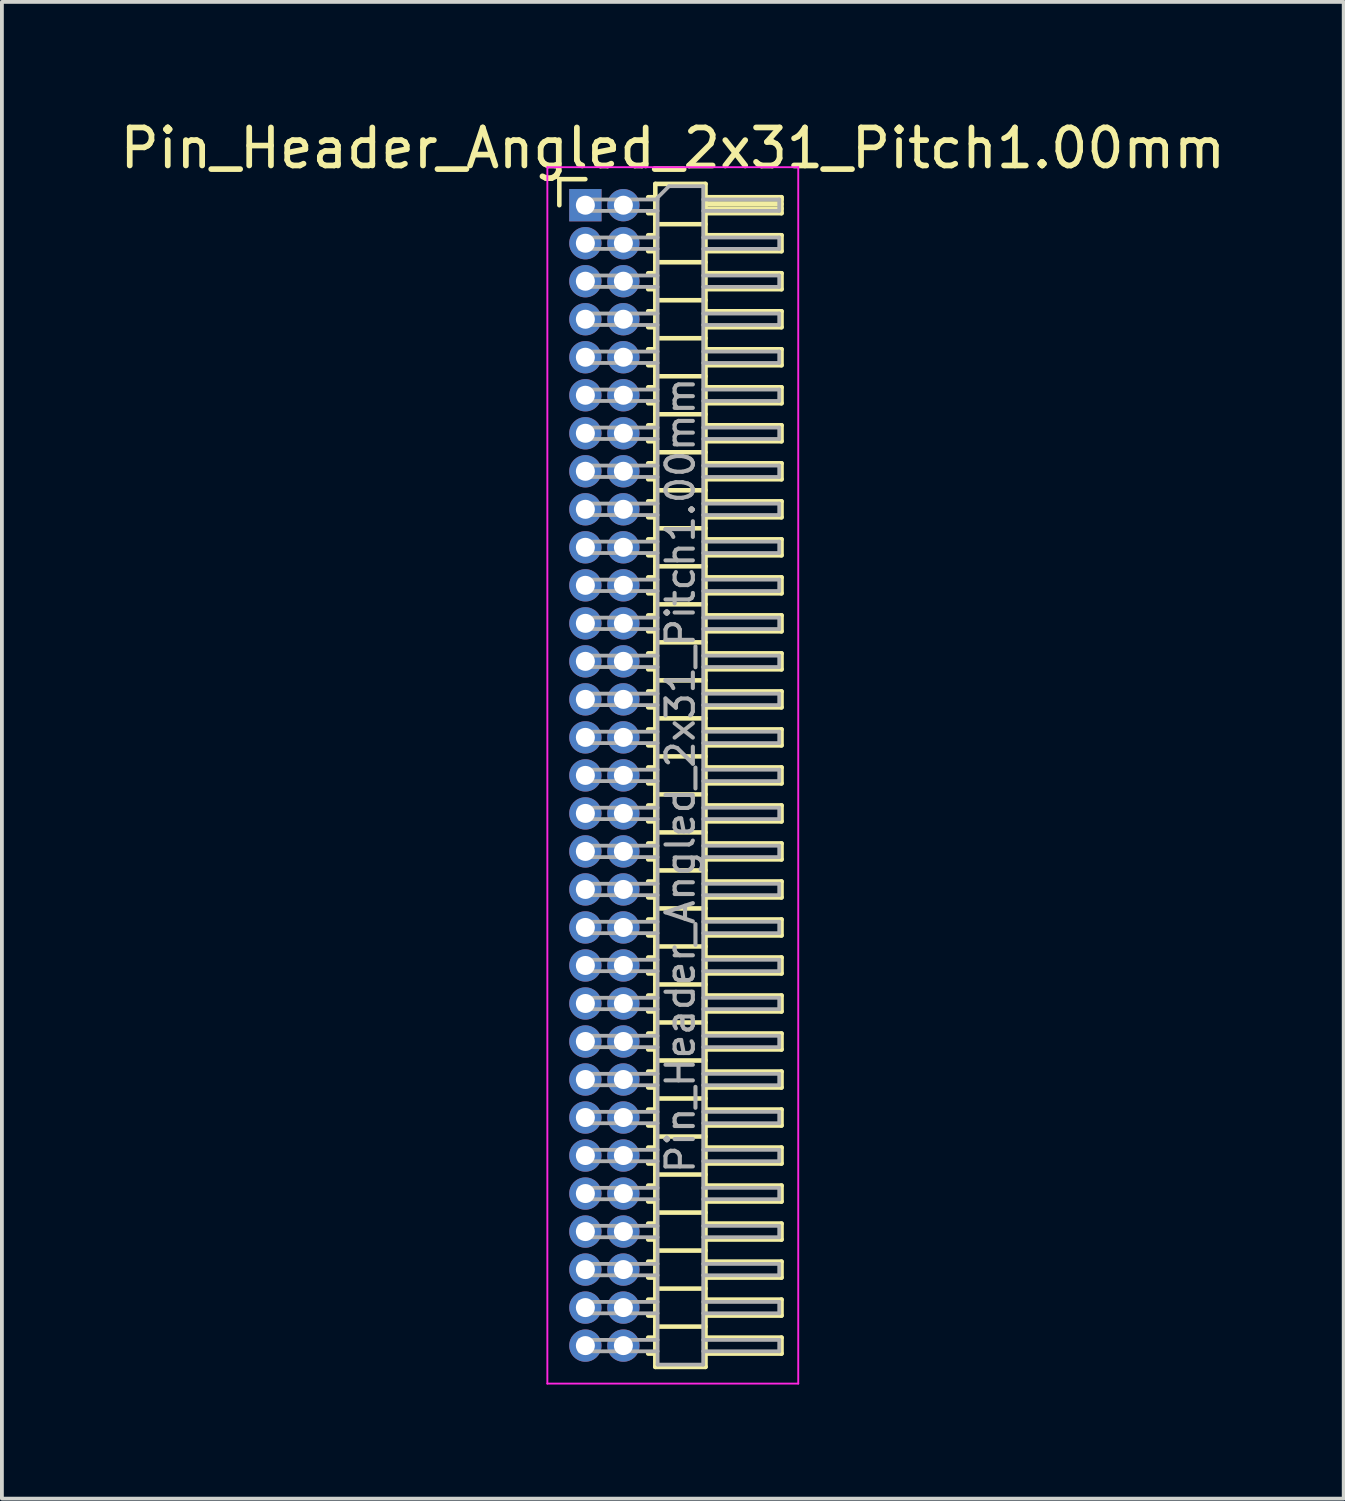
<source format=kicad_pcb>
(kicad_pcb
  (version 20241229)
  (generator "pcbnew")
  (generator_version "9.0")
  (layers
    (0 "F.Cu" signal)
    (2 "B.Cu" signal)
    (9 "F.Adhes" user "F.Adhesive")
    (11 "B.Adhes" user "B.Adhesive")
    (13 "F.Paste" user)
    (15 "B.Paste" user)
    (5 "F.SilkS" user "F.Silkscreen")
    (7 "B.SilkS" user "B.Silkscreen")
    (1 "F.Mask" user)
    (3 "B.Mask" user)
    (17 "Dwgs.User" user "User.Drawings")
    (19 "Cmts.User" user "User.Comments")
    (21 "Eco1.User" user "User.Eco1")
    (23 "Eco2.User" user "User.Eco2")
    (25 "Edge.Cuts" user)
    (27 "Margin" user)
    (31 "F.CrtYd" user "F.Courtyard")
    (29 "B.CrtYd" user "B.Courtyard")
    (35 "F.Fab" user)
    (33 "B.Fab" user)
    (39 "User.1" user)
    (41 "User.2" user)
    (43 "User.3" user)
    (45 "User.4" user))
  (footprint "Pin_Header_Angled_2x31_Pitch1.00mm"
    (layer "F.Cu")
    (at 12.349 2.348)
    (property "Reference" "Pin_Header_Angled_2x31_Pitch1.00mm" (at 2.3 -1.5 0) (layer "F.SilkS") (effects (font (size 1 1) (thickness 0.15))))
    (attr through_hole)
    (fp_line (start -0.685 -0.685) (end 0 -0.685) (stroke (width 0.12) (type solid)) (layer "F.SilkS"))
    (fp_line (start -0.685 0) (end -0.685 -0.685) (stroke (width 0.12) (type solid)) (layer "F.SilkS"))
    (fp_line (start 1.652 -0.21) (end 1.84 -0.21) (stroke (width 0.12) (type solid)) (layer "F.SilkS"))
    (fp_line (start 1.652 0.21) (end 1.84 0.21) (stroke (width 0.12) (type solid)) (layer "F.SilkS"))
    (fp_line (start 1.652 0.79) (end 1.84 0.79) (stroke (width 0.12) (type solid)) (layer "F.SilkS"))
    (fp_line (start 1.652 1.21) (end 1.84 1.21) (stroke (width 0.12) (type solid)) (layer "F.SilkS"))
    (fp_line (start 1.652 1.79) (end 1.84 1.79) (stroke (width 0.12) (type solid)) (layer "F.SilkS"))
    (fp_line (start 1.652 2.21) (end 1.84 2.21) (stroke (width 0.12) (type solid)) (layer "F.SilkS"))
    (fp_line (start 1.652 2.79) (end 1.84 2.79) (stroke (width 0.12) (type solid)) (layer "F.SilkS"))
    (fp_line (start 1.652 3.21) (end 1.84 3.21) (stroke (width 0.12) (type solid)) (layer "F.SilkS"))
    (fp_line (start 1.652 3.79) (end 1.84 3.79) (stroke (width 0.12) (type solid)) (layer "F.SilkS"))
    (fp_line (start 1.652 4.21) (end 1.84 4.21) (stroke (width 0.12) (type solid)) (layer "F.SilkS"))
    (fp_line (start 1.652 4.79) (end 1.84 4.79) (stroke (width 0.12) (type solid)) (layer "F.SilkS"))
    (fp_line (start 1.652 5.21) (end 1.84 5.21) (stroke (width 0.12) (type solid)) (layer "F.SilkS"))
    (fp_line (start 1.652 5.79) (end 1.84 5.79) (stroke (width 0.12) (type solid)) (layer "F.SilkS"))
    (fp_line (start 1.652 6.21) (end 1.84 6.21) (stroke (width 0.12) (type solid)) (layer "F.SilkS"))
    (fp_line (start 1.652 6.79) (end 1.84 6.79) (stroke (width 0.12) (type solid)) (layer "F.SilkS"))
    (fp_line (start 1.652 7.21) (end 1.84 7.21) (stroke (width 0.12) (type solid)) (layer "F.SilkS"))
    (fp_line (start 1.652 7.79) (end 1.84 7.79) (stroke (width 0.12) (type solid)) (layer "F.SilkS"))
    (fp_line (start 1.652 8.21) (end 1.84 8.21) (stroke (width 0.12) (type solid)) (layer "F.SilkS"))
    (fp_line (start 1.652 8.79) (end 1.84 8.79) (stroke (width 0.12) (type solid)) (layer "F.SilkS"))
    (fp_line (start 1.652 9.21) (end 1.84 9.21) (stroke (width 0.12) (type solid)) (layer "F.SilkS"))
    (fp_line (start 1.652 9.79) (end 1.84 9.79) (stroke (width 0.12) (type solid)) (layer "F.SilkS"))
    (fp_line (start 1.652 10.21) (end 1.84 10.21) (stroke (width 0.12) (type solid)) (layer "F.SilkS"))
    (fp_line (start 1.652 10.79) (end 1.84 10.79) (stroke (width 0.12) (type solid)) (layer "F.SilkS"))
    (fp_line (start 1.652 11.21) (end 1.84 11.21) (stroke (width 0.12) (type solid)) (layer "F.SilkS"))
    (fp_line (start 1.652 11.79) (end 1.84 11.79) (stroke (width 0.12) (type solid)) (layer "F.SilkS"))
    (fp_line (start 1.652 12.21) (end 1.84 12.21) (stroke (width 0.12) (type solid)) (layer "F.SilkS"))
    (fp_line (start 1.652 12.79) (end 1.84 12.79) (stroke (width 0.12) (type solid)) (layer "F.SilkS"))
    (fp_line (start 1.652 13.21) (end 1.84 13.21) (stroke (width 0.12) (type solid)) (layer "F.SilkS"))
    (fp_line (start 1.652 13.79) (end 1.84 13.79) (stroke (width 0.12) (type solid)) (layer "F.SilkS"))
    (fp_line (start 1.652 14.21) (end 1.84 14.21) (stroke (width 0.12) (type solid)) (layer "F.SilkS"))
    (fp_line (start 1.652 14.79) (end 1.84 14.79) (stroke (width 0.12) (type solid)) (layer "F.SilkS"))
    (fp_line (start 1.652 15.21) (end 1.84 15.21) (stroke (width 0.12) (type solid)) (layer "F.SilkS"))
    (fp_line (start 1.652 15.79) (end 1.84 15.79) (stroke (width 0.12) (type solid)) (layer "F.SilkS"))
    (fp_line (start 1.652 16.21) (end 1.84 16.21) (stroke (width 0.12) (type solid)) (layer "F.SilkS"))
    (fp_line (start 1.652 16.79) (end 1.84 16.79) (stroke (width 0.12) (type solid)) (layer "F.SilkS"))
    (fp_line (start 1.652 17.21) (end 1.84 17.21) (stroke (width 0.12) (type solid)) (layer "F.SilkS"))
    (fp_line (start 1.652 17.79) (end 1.84 17.79) (stroke (width 0.12) (type solid)) (layer "F.SilkS"))
    (fp_line (start 1.652 18.21) (end 1.84 18.21) (stroke (width 0.12) (type solid)) (layer "F.SilkS"))
    (fp_line (start 1.652 18.79) (end 1.84 18.79) (stroke (width 0.12) (type solid)) (layer "F.SilkS"))
    (fp_line (start 1.652 19.21) (end 1.84 19.21) (stroke (width 0.12) (type solid)) (layer "F.SilkS"))
    (fp_line (start 1.652 19.79) (end 1.84 19.79) (stroke (width 0.12) (type solid)) (layer "F.SilkS"))
    (fp_line (start 1.652 20.21) (end 1.84 20.21) (stroke (width 0.12) (type solid)) (layer "F.SilkS"))
    (fp_line (start 1.652 20.79) (end 1.84 20.79) (stroke (width 0.12) (type solid)) (layer "F.SilkS"))
    (fp_line (start 1.652 21.21) (end 1.84 21.21) (stroke (width 0.12) (type solid)) (layer "F.SilkS"))
    (fp_line (start 1.652 21.79) (end 1.84 21.79) (stroke (width 0.12) (type solid)) (layer "F.SilkS"))
    (fp_line (start 1.652 22.21) (end 1.84 22.21) (stroke (width 0.12) (type solid)) (layer "F.SilkS"))
    (fp_line (start 1.652 22.79) (end 1.84 22.79) (stroke (width 0.12) (type solid)) (layer "F.SilkS"))
    (fp_line (start 1.652 23.21) (end 1.84 23.21) (stroke (width 0.12) (type solid)) (layer "F.SilkS"))
    (fp_line (start 1.652 23.79) (end 1.84 23.79) (stroke (width 0.12) (type solid)) (layer "F.SilkS"))
    (fp_line (start 1.652 24.21) (end 1.84 24.21) (stroke (width 0.12) (type solid)) (layer "F.SilkS"))
    (fp_line (start 1.652 24.79) (end 1.84 24.79) (stroke (width 0.12) (type solid)) (layer "F.SilkS"))
    (fp_line (start 1.652 25.21) (end 1.84 25.21) (stroke (width 0.12) (type solid)) (layer "F.SilkS"))
    (fp_line (start 1.652 25.79) (end 1.84 25.79) (stroke (width 0.12) (type solid)) (layer "F.SilkS"))
    (fp_line (start 1.652 26.21) (end 1.84 26.21) (stroke (width 0.12) (type solid)) (layer "F.SilkS"))
    (fp_line (start 1.652 26.79) (end 1.84 26.79) (stroke (width 0.12) (type solid)) (layer "F.SilkS"))
    (fp_line (start 1.652 27.21) (end 1.84 27.21) (stroke (width 0.12) (type solid)) (layer "F.SilkS"))
    (fp_line (start 1.652 27.79) (end 1.84 27.79) (stroke (width 0.12) (type solid)) (layer "F.SilkS"))
    (fp_line (start 1.652 28.21) (end 1.84 28.21) (stroke (width 0.12) (type solid)) (layer "F.SilkS"))
    (fp_line (start 1.652 28.79) (end 1.84 28.79) (stroke (width 0.12) (type solid)) (layer "F.SilkS"))
    (fp_line (start 1.652 29.21) (end 1.84 29.21) (stroke (width 0.12) (type solid)) (layer "F.SilkS"))
    (fp_line (start 1.652 29.79) (end 1.84 29.79) (stroke (width 0.12) (type solid)) (layer "F.SilkS"))
    (fp_line (start 1.652 30.21) (end 1.84 30.21) (stroke (width 0.12) (type solid)) (layer "F.SilkS"))
    (fp_line (start 1.84 -0.56) (end 1.84 30.56) (stroke (width 0.12) (type solid)) (layer "F.SilkS"))
    (fp_line (start 1.84 0.5) (end 3.16 0.5) (stroke (width 0.12) (type solid)) (layer "F.SilkS"))
    (fp_line (start 1.84 1.5) (end 3.16 1.5) (stroke (width 0.12) (type solid)) (layer "F.SilkS"))
    (fp_line (start 1.84 2.5) (end 3.16 2.5) (stroke (width 0.12) (type solid)) (layer "F.SilkS"))
    (fp_line (start 1.84 3.5) (end 3.16 3.5) (stroke (width 0.12) (type solid)) (layer "F.SilkS"))
    (fp_line (start 1.84 4.5) (end 3.16 4.5) (stroke (width 0.12) (type solid)) (layer "F.SilkS"))
    (fp_line (start 1.84 5.5) (end 3.16 5.5) (stroke (width 0.12) (type solid)) (layer "F.SilkS"))
    (fp_line (start 1.84 6.5) (end 3.16 6.5) (stroke (width 0.12) (type solid)) (layer "F.SilkS"))
    (fp_line (start 1.84 7.5) (end 3.16 7.5) (stroke (width 0.12) (type solid)) (layer "F.SilkS"))
    (fp_line (start 1.84 8.5) (end 3.16 8.5) (stroke (width 0.12) (type solid)) (layer "F.SilkS"))
    (fp_line (start 1.84 9.5) (end 3.16 9.5) (stroke (width 0.12) (type solid)) (layer "F.SilkS"))
    (fp_line (start 1.84 10.5) (end 3.16 10.5) (stroke (width 0.12) (type solid)) (layer "F.SilkS"))
    (fp_line (start 1.84 11.5) (end 3.16 11.5) (stroke (width 0.12) (type solid)) (layer "F.SilkS"))
    (fp_line (start 1.84 12.5) (end 3.16 12.5) (stroke (width 0.12) (type solid)) (layer "F.SilkS"))
    (fp_line (start 1.84 13.5) (end 3.16 13.5) (stroke (width 0.12) (type solid)) (layer "F.SilkS"))
    (fp_line (start 1.84 14.5) (end 3.16 14.5) (stroke (width 0.12) (type solid)) (layer "F.SilkS"))
    (fp_line (start 1.84 15.5) (end 3.16 15.5) (stroke (width 0.12) (type solid)) (layer "F.SilkS"))
    (fp_line (start 1.84 16.5) (end 3.16 16.5) (stroke (width 0.12) (type solid)) (layer "F.SilkS"))
    (fp_line (start 1.84 17.5) (end 3.16 17.5) (stroke (width 0.12) (type solid)) (layer "F.SilkS"))
    (fp_line (start 1.84 18.5) (end 3.16 18.5) (stroke (width 0.12) (type solid)) (layer "F.SilkS"))
    (fp_line (start 1.84 19.5) (end 3.16 19.5) (stroke (width 0.12) (type solid)) (layer "F.SilkS"))
    (fp_line (start 1.84 20.5) (end 3.16 20.5) (stroke (width 0.12) (type solid)) (layer "F.SilkS"))
    (fp_line (start 1.84 21.5) (end 3.16 21.5) (stroke (width 0.12) (type solid)) (layer "F.SilkS"))
    (fp_line (start 1.84 22.5) (end 3.16 22.5) (stroke (width 0.12) (type solid)) (layer "F.SilkS"))
    (fp_line (start 1.84 23.5) (end 3.16 23.5) (stroke (width 0.12) (type solid)) (layer "F.SilkS"))
    (fp_line (start 1.84 24.5) (end 3.16 24.5) (stroke (width 0.12) (type solid)) (layer "F.SilkS"))
    (fp_line (start 1.84 25.5) (end 3.16 25.5) (stroke (width 0.12) (type solid)) (layer "F.SilkS"))
    (fp_line (start 1.84 26.5) (end 3.16 26.5) (stroke (width 0.12) (type solid)) (layer "F.SilkS"))
    (fp_line (start 1.84 27.5) (end 3.16 27.5) (stroke (width 0.12) (type solid)) (layer "F.SilkS"))
    (fp_line (start 1.84 28.5) (end 3.16 28.5) (stroke (width 0.12) (type solid)) (layer "F.SilkS"))
    (fp_line (start 1.84 29.5) (end 3.16 29.5) (stroke (width 0.12) (type solid)) (layer "F.SilkS"))
    (fp_line (start 1.84 30.56) (end 3.16 30.56) (stroke (width 0.12) (type solid)) (layer "F.SilkS"))
    (fp_line (start 3.16 -0.56) (end 1.84 -0.56) (stroke (width 0.12) (type solid)) (layer "F.SilkS"))
    (fp_line (start 3.16 -0.21) (end 5.16 -0.21) (stroke (width 0.12) (type solid)) (layer "F.SilkS"))
    (fp_line (start 3.16 -0.15) (end 5.16 -0.15) (stroke (width 0.12) (type solid)) (layer "F.SilkS"))
    (fp_line (start 3.16 -0.03) (end 5.16 -0.03) (stroke (width 0.12) (type solid)) (layer "F.SilkS"))
    (fp_line (start 3.16 0.09) (end 5.16 0.09) (stroke (width 0.12) (type solid)) (layer "F.SilkS"))
    (fp_line (start 3.16 0.79) (end 5.16 0.79) (stroke (width 0.12) (type solid)) (layer "F.SilkS"))
    (fp_line (start 3.16 1.79) (end 5.16 1.79) (stroke (width 0.12) (type solid)) (layer "F.SilkS"))
    (fp_line (start 3.16 2.79) (end 5.16 2.79) (stroke (width 0.12) (type solid)) (layer "F.SilkS"))
    (fp_line (start 3.16 3.79) (end 5.16 3.79) (stroke (width 0.12) (type solid)) (layer "F.SilkS"))
    (fp_line (start 3.16 4.79) (end 5.16 4.79) (stroke (width 0.12) (type solid)) (layer "F.SilkS"))
    (fp_line (start 3.16 5.79) (end 5.16 5.79) (stroke (width 0.12) (type solid)) (layer "F.SilkS"))
    (fp_line (start 3.16 6.79) (end 5.16 6.79) (stroke (width 0.12) (type solid)) (layer "F.SilkS"))
    (fp_line (start 3.16 7.79) (end 5.16 7.79) (stroke (width 0.12) (type solid)) (layer "F.SilkS"))
    (fp_line (start 3.16 8.79) (end 5.16 8.79) (stroke (width 0.12) (type solid)) (layer "F.SilkS"))
    (fp_line (start 3.16 9.79) (end 5.16 9.79) (stroke (width 0.12) (type solid)) (layer "F.SilkS"))
    (fp_line (start 3.16 10.79) (end 5.16 10.79) (stroke (width 0.12) (type solid)) (layer "F.SilkS"))
    (fp_line (start 3.16 11.79) (end 5.16 11.79) (stroke (width 0.12) (type solid)) (layer "F.SilkS"))
    (fp_line (start 3.16 12.79) (end 5.16 12.79) (stroke (width 0.12) (type solid)) (layer "F.SilkS"))
    (fp_line (start 3.16 13.79) (end 5.16 13.79) (stroke (width 0.12) (type solid)) (layer "F.SilkS"))
    (fp_line (start 3.16 14.79) (end 5.16 14.79) (stroke (width 0.12) (type solid)) (layer "F.SilkS"))
    (fp_line (start 3.16 15.79) (end 5.16 15.79) (stroke (width 0.12) (type solid)) (layer "F.SilkS"))
    (fp_line (start 3.16 16.79) (end 5.16 16.79) (stroke (width 0.12) (type solid)) (layer "F.SilkS"))
    (fp_line (start 3.16 17.79) (end 5.16 17.79) (stroke (width 0.12) (type solid)) (layer "F.SilkS"))
    (fp_line (start 3.16 18.79) (end 5.16 18.79) (stroke (width 0.12) (type solid)) (layer "F.SilkS"))
    (fp_line (start 3.16 19.79) (end 5.16 19.79) (stroke (width 0.12) (type solid)) (layer "F.SilkS"))
    (fp_line (start 3.16 20.79) (end 5.16 20.79) (stroke (width 0.12) (type solid)) (layer "F.SilkS"))
    (fp_line (start 3.16 21.79) (end 5.16 21.79) (stroke (width 0.12) (type solid)) (layer "F.SilkS"))
    (fp_line (start 3.16 22.79) (end 5.16 22.79) (stroke (width 0.12) (type solid)) (layer "F.SilkS"))
    (fp_line (start 3.16 23.79) (end 5.16 23.79) (stroke (width 0.12) (type solid)) (layer "F.SilkS"))
    (fp_line (start 3.16 24.79) (end 5.16 24.79) (stroke (width 0.12) (type solid)) (layer "F.SilkS"))
    (fp_line (start 3.16 25.79) (end 5.16 25.79) (stroke (width 0.12) (type solid)) (layer "F.SilkS"))
    (fp_line (start 3.16 26.79) (end 5.16 26.79) (stroke (width 0.12) (type solid)) (layer "F.SilkS"))
    (fp_line (start 3.16 27.79) (end 5.16 27.79) (stroke (width 0.12) (type solid)) (layer "F.SilkS"))
    (fp_line (start 3.16 28.79) (end 5.16 28.79) (stroke (width 0.12) (type solid)) (layer "F.SilkS"))
    (fp_line (start 3.16 29.79) (end 5.16 29.79) (stroke (width 0.12) (type solid)) (layer "F.SilkS"))
    (fp_line (start 3.16 30.56) (end 3.16 -0.56) (stroke (width 0.12) (type solid)) (layer "F.SilkS"))
    (fp_line (start 5.16 -0.21) (end 5.16 0.21) (stroke (width 0.12) (type solid)) (layer "F.SilkS"))
    (fp_line (start 5.16 0.21) (end 3.16 0.21) (stroke (width 0.12) (type solid)) (layer "F.SilkS"))
    (fp_line (start 5.16 0.79) (end 5.16 1.21) (stroke (width 0.12) (type solid)) (layer "F.SilkS"))
    (fp_line (start 5.16 1.21) (end 3.16 1.21) (stroke (width 0.12) (type solid)) (layer "F.SilkS"))
    (fp_line (start 5.16 1.79) (end 5.16 2.21) (stroke (width 0.12) (type solid)) (layer "F.SilkS"))
    (fp_line (start 5.16 2.21) (end 3.16 2.21) (stroke (width 0.12) (type solid)) (layer "F.SilkS"))
    (fp_line (start 5.16 2.79) (end 5.16 3.21) (stroke (width 0.12) (type solid)) (layer "F.SilkS"))
    (fp_line (start 5.16 3.21) (end 3.16 3.21) (stroke (width 0.12) (type solid)) (layer "F.SilkS"))
    (fp_line (start 5.16 3.79) (end 5.16 4.21) (stroke (width 0.12) (type solid)) (layer "F.SilkS"))
    (fp_line (start 5.16 4.21) (end 3.16 4.21) (stroke (width 0.12) (type solid)) (layer "F.SilkS"))
    (fp_line (start 5.16 4.79) (end 5.16 5.21) (stroke (width 0.12) (type solid)) (layer "F.SilkS"))
    (fp_line (start 5.16 5.21) (end 3.16 5.21) (stroke (width 0.12) (type solid)) (layer "F.SilkS"))
    (fp_line (start 5.16 5.79) (end 5.16 6.21) (stroke (width 0.12) (type solid)) (layer "F.SilkS"))
    (fp_line (start 5.16 6.21) (end 3.16 6.21) (stroke (width 0.12) (type solid)) (layer "F.SilkS"))
    (fp_line (start 5.16 6.79) (end 5.16 7.21) (stroke (width 0.12) (type solid)) (layer "F.SilkS"))
    (fp_line (start 5.16 7.21) (end 3.16 7.21) (stroke (width 0.12) (type solid)) (layer "F.SilkS"))
    (fp_line (start 5.16 7.79) (end 5.16 8.21) (stroke (width 0.12) (type solid)) (layer "F.SilkS"))
    (fp_line (start 5.16 8.21) (end 3.16 8.21) (stroke (width 0.12) (type solid)) (layer "F.SilkS"))
    (fp_line (start 5.16 8.79) (end 5.16 9.21) (stroke (width 0.12) (type solid)) (layer "F.SilkS"))
    (fp_line (start 5.16 9.21) (end 3.16 9.21) (stroke (width 0.12) (type solid)) (layer "F.SilkS"))
    (fp_line (start 5.16 9.79) (end 5.16 10.21) (stroke (width 0.12) (type solid)) (layer "F.SilkS"))
    (fp_line (start 5.16 10.21) (end 3.16 10.21) (stroke (width 0.12) (type solid)) (layer "F.SilkS"))
    (fp_line (start 5.16 10.79) (end 5.16 11.21) (stroke (width 0.12) (type solid)) (layer "F.SilkS"))
    (fp_line (start 5.16 11.21) (end 3.16 11.21) (stroke (width 0.12) (type solid)) (layer "F.SilkS"))
    (fp_line (start 5.16 11.79) (end 5.16 12.21) (stroke (width 0.12) (type solid)) (layer "F.SilkS"))
    (fp_line (start 5.16 12.21) (end 3.16 12.21) (stroke (width 0.12) (type solid)) (layer "F.SilkS"))
    (fp_line (start 5.16 12.79) (end 5.16 13.21) (stroke (width 0.12) (type solid)) (layer "F.SilkS"))
    (fp_line (start 5.16 13.21) (end 3.16 13.21) (stroke (width 0.12) (type solid)) (layer "F.SilkS"))
    (fp_line (start 5.16 13.79) (end 5.16 14.21) (stroke (width 0.12) (type solid)) (layer "F.SilkS"))
    (fp_line (start 5.16 14.21) (end 3.16 14.21) (stroke (width 0.12) (type solid)) (layer "F.SilkS"))
    (fp_line (start 5.16 14.79) (end 5.16 15.21) (stroke (width 0.12) (type solid)) (layer "F.SilkS"))
    (fp_line (start 5.16 15.21) (end 3.16 15.21) (stroke (width 0.12) (type solid)) (layer "F.SilkS"))
    (fp_line (start 5.16 15.79) (end 5.16 16.21) (stroke (width 0.12) (type solid)) (layer "F.SilkS"))
    (fp_line (start 5.16 16.21) (end 3.16 16.21) (stroke (width 0.12) (type solid)) (layer "F.SilkS"))
    (fp_line (start 5.16 16.79) (end 5.16 17.21) (stroke (width 0.12) (type solid)) (layer "F.SilkS"))
    (fp_line (start 5.16 17.21) (end 3.16 17.21) (stroke (width 0.12) (type solid)) (layer "F.SilkS"))
    (fp_line (start 5.16 17.79) (end 5.16 18.21) (stroke (width 0.12) (type solid)) (layer "F.SilkS"))
    (fp_line (start 5.16 18.21) (end 3.16 18.21) (stroke (width 0.12) (type solid)) (layer "F.SilkS"))
    (fp_line (start 5.16 18.79) (end 5.16 19.21) (stroke (width 0.12) (type solid)) (layer "F.SilkS"))
    (fp_line (start 5.16 19.21) (end 3.16 19.21) (stroke (width 0.12) (type solid)) (layer "F.SilkS"))
    (fp_line (start 5.16 19.79) (end 5.16 20.21) (stroke (width 0.12) (type solid)) (layer "F.SilkS"))
    (fp_line (start 5.16 20.21) (end 3.16 20.21) (stroke (width 0.12) (type solid)) (layer "F.SilkS"))
    (fp_line (start 5.16 20.79) (end 5.16 21.21) (stroke (width 0.12) (type solid)) (layer "F.SilkS"))
    (fp_line (start 5.16 21.21) (end 3.16 21.21) (stroke (width 0.12) (type solid)) (layer "F.SilkS"))
    (fp_line (start 5.16 21.79) (end 5.16 22.21) (stroke (width 0.12) (type solid)) (layer "F.SilkS"))
    (fp_line (start 5.16 22.21) (end 3.16 22.21) (stroke (width 0.12) (type solid)) (layer "F.SilkS"))
    (fp_line (start 5.16 22.79) (end 5.16 23.21) (stroke (width 0.12) (type solid)) (layer "F.SilkS"))
    (fp_line (start 5.16 23.21) (end 3.16 23.21) (stroke (width 0.12) (type solid)) (layer "F.SilkS"))
    (fp_line (start 5.16 23.79) (end 5.16 24.21) (stroke (width 0.12) (type solid)) (layer "F.SilkS"))
    (fp_line (start 5.16 24.21) (end 3.16 24.21) (stroke (width 0.12) (type solid)) (layer "F.SilkS"))
    (fp_line (start 5.16 24.79) (end 5.16 25.21) (stroke (width 0.12) (type solid)) (layer "F.SilkS"))
    (fp_line (start 5.16 25.21) (end 3.16 25.21) (stroke (width 0.12) (type solid)) (layer "F.SilkS"))
    (fp_line (start 5.16 25.79) (end 5.16 26.21) (stroke (width 0.12) (type solid)) (layer "F.SilkS"))
    (fp_line (start 5.16 26.21) (end 3.16 26.21) (stroke (width 0.12) (type solid)) (layer "F.SilkS"))
    (fp_line (start 5.16 26.79) (end 5.16 27.21) (stroke (width 0.12) (type solid)) (layer "F.SilkS"))
    (fp_line (start 5.16 27.21) (end 3.16 27.21) (stroke (width 0.12) (type solid)) (layer "F.SilkS"))
    (fp_line (start 5.16 27.79) (end 5.16 28.21) (stroke (width 0.12) (type solid)) (layer "F.SilkS"))
    (fp_line (start 5.16 28.21) (end 3.16 28.21) (stroke (width 0.12) (type solid)) (layer "F.SilkS"))
    (fp_line (start 5.16 28.79) (end 5.16 29.21) (stroke (width 0.12) (type solid)) (layer "F.SilkS"))
    (fp_line (start 5.16 29.21) (end 3.16 29.21) (stroke (width 0.12) (type solid)) (layer "F.SilkS"))
    (fp_line (start 5.16 29.79) (end 5.16 30.21) (stroke (width 0.12) (type solid)) (layer "F.SilkS"))
    (fp_line (start 5.16 30.21) (end 3.16 30.21) (stroke (width 0.12) (type solid)) (layer "F.SilkS"))
    (fp_line (start -1 -1) (end -1 31) (stroke (width 0.05) (type solid)) (layer "F.CrtYd"))
    (fp_line (start -1 31) (end 5.6 31) (stroke (width 0.05) (type solid)) (layer "F.CrtYd"))
    (fp_line (start 5.6 -1) (end -1 -1) (stroke (width 0.05) (type solid)) (layer "F.CrtYd"))
    (fp_line (start 5.6 31) (end 5.6 -1) (stroke (width 0.05) (type solid)) (layer "F.CrtYd"))
    (fp_line (start -0.15 -0.15) (end -0.15 0.15) (stroke (width 0.1) (type solid)) (layer "F.Fab"))
    (fp_line (start -0.15 -0.15) (end 1.9 -0.15) (stroke (width 0.1) (type solid)) (layer "F.Fab"))
    (fp_line (start -0.15 0.15) (end 1.9 0.15) (stroke (width 0.1) (type solid)) (layer "F.Fab"))
    (fp_line (start -0.15 0.85) (end -0.15 1.15) (stroke (width 0.1) (type solid)) (layer "F.Fab"))
    (fp_line (start -0.15 0.85) (end 1.9 0.85) (stroke (width 0.1) (type solid)) (layer "F.Fab"))
    (fp_line (start -0.15 1.15) (end 1.9 1.15) (stroke (width 0.1) (type solid)) (layer "F.Fab"))
    (fp_line (start -0.15 1.85) (end -0.15 2.15) (stroke (width 0.1) (type solid)) (layer "F.Fab"))
    (fp_line (start -0.15 1.85) (end 1.9 1.85) (stroke (width 0.1) (type solid)) (layer "F.Fab"))
    (fp_line (start -0.15 2.15) (end 1.9 2.15) (stroke (width 0.1) (type solid)) (layer "F.Fab"))
    (fp_line (start -0.15 2.85) (end -0.15 3.15) (stroke (width 0.1) (type solid)) (layer "F.Fab"))
    (fp_line (start -0.15 2.85) (end 1.9 2.85) (stroke (width 0.1) (type solid)) (layer "F.Fab"))
    (fp_line (start -0.15 3.15) (end 1.9 3.15) (stroke (width 0.1) (type solid)) (layer "F.Fab"))
    (fp_line (start -0.15 3.85) (end -0.15 4.15) (stroke (width 0.1) (type solid)) (layer "F.Fab"))
    (fp_line (start -0.15 3.85) (end 1.9 3.85) (stroke (width 0.1) (type solid)) (layer "F.Fab"))
    (fp_line (start -0.15 4.15) (end 1.9 4.15) (stroke (width 0.1) (type solid)) (layer "F.Fab"))
    (fp_line (start -0.15 4.85) (end -0.15 5.15) (stroke (width 0.1) (type solid)) (layer "F.Fab"))
    (fp_line (start -0.15 4.85) (end 1.9 4.85) (stroke (width 0.1) (type solid)) (layer "F.Fab"))
    (fp_line (start -0.15 5.15) (end 1.9 5.15) (stroke (width 0.1) (type solid)) (layer "F.Fab"))
    (fp_line (start -0.15 5.85) (end -0.15 6.15) (stroke (width 0.1) (type solid)) (layer "F.Fab"))
    (fp_line (start -0.15 5.85) (end 1.9 5.85) (stroke (width 0.1) (type solid)) (layer "F.Fab"))
    (fp_line (start -0.15 6.15) (end 1.9 6.15) (stroke (width 0.1) (type solid)) (layer "F.Fab"))
    (fp_line (start -0.15 6.85) (end -0.15 7.15) (stroke (width 0.1) (type solid)) (layer "F.Fab"))
    (fp_line (start -0.15 6.85) (end 1.9 6.85) (stroke (width 0.1) (type solid)) (layer "F.Fab"))
    (fp_line (start -0.15 7.15) (end 1.9 7.15) (stroke (width 0.1) (type solid)) (layer "F.Fab"))
    (fp_line (start -0.15 7.85) (end -0.15 8.15) (stroke (width 0.1) (type solid)) (layer "F.Fab"))
    (fp_line (start -0.15 7.85) (end 1.9 7.85) (stroke (width 0.1) (type solid)) (layer "F.Fab"))
    (fp_line (start -0.15 8.15) (end 1.9 8.15) (stroke (width 0.1) (type solid)) (layer "F.Fab"))
    (fp_line (start -0.15 8.85) (end -0.15 9.15) (stroke (width 0.1) (type solid)) (layer "F.Fab"))
    (fp_line (start -0.15 8.85) (end 1.9 8.85) (stroke (width 0.1) (type solid)) (layer "F.Fab"))
    (fp_line (start -0.15 9.15) (end 1.9 9.15) (stroke (width 0.1) (type solid)) (layer "F.Fab"))
    (fp_line (start -0.15 9.85) (end -0.15 10.15) (stroke (width 0.1) (type solid)) (layer "F.Fab"))
    (fp_line (start -0.15 9.85) (end 1.9 9.85) (stroke (width 0.1) (type solid)) (layer "F.Fab"))
    (fp_line (start -0.15 10.15) (end 1.9 10.15) (stroke (width 0.1) (type solid)) (layer "F.Fab"))
    (fp_line (start -0.15 10.85) (end -0.15 11.15) (stroke (width 0.1) (type solid)) (layer "F.Fab"))
    (fp_line (start -0.15 10.85) (end 1.9 10.85) (stroke (width 0.1) (type solid)) (layer "F.Fab"))
    (fp_line (start -0.15 11.15) (end 1.9 11.15) (stroke (width 0.1) (type solid)) (layer "F.Fab"))
    (fp_line (start -0.15 11.85) (end -0.15 12.15) (stroke (width 0.1) (type solid)) (layer "F.Fab"))
    (fp_line (start -0.15 11.85) (end 1.9 11.85) (stroke (width 0.1) (type solid)) (layer "F.Fab"))
    (fp_line (start -0.15 12.15) (end 1.9 12.15) (stroke (width 0.1) (type solid)) (layer "F.Fab"))
    (fp_line (start -0.15 12.85) (end -0.15 13.15) (stroke (width 0.1) (type solid)) (layer "F.Fab"))
    (fp_line (start -0.15 12.85) (end 1.9 12.85) (stroke (width 0.1) (type solid)) (layer "F.Fab"))
    (fp_line (start -0.15 13.15) (end 1.9 13.15) (stroke (width 0.1) (type solid)) (layer "F.Fab"))
    (fp_line (start -0.15 13.85) (end -0.15 14.15) (stroke (width 0.1) (type solid)) (layer "F.Fab"))
    (fp_line (start -0.15 13.85) (end 1.9 13.85) (stroke (width 0.1) (type solid)) (layer "F.Fab"))
    (fp_line (start -0.15 14.15) (end 1.9 14.15) (stroke (width 0.1) (type solid)) (layer "F.Fab"))
    (fp_line (start -0.15 14.85) (end -0.15 15.15) (stroke (width 0.1) (type solid)) (layer "F.Fab"))
    (fp_line (start -0.15 14.85) (end 1.9 14.85) (stroke (width 0.1) (type solid)) (layer "F.Fab"))
    (fp_line (start -0.15 15.15) (end 1.9 15.15) (stroke (width 0.1) (type solid)) (layer "F.Fab"))
    (fp_line (start -0.15 15.85) (end -0.15 16.15) (stroke (width 0.1) (type solid)) (layer "F.Fab"))
    (fp_line (start -0.15 15.85) (end 1.9 15.85) (stroke (width 0.1) (type solid)) (layer "F.Fab"))
    (fp_line (start -0.15 16.15) (end 1.9 16.15) (stroke (width 0.1) (type solid)) (layer "F.Fab"))
    (fp_line (start -0.15 16.85) (end -0.15 17.15) (stroke (width 0.1) (type solid)) (layer "F.Fab"))
    (fp_line (start -0.15 16.85) (end 1.9 16.85) (stroke (width 0.1) (type solid)) (layer "F.Fab"))
    (fp_line (start -0.15 17.15) (end 1.9 17.15) (stroke (width 0.1) (type solid)) (layer "F.Fab"))
    (fp_line (start -0.15 17.85) (end -0.15 18.15) (stroke (width 0.1) (type solid)) (layer "F.Fab"))
    (fp_line (start -0.15 17.85) (end 1.9 17.85) (stroke (width 0.1) (type solid)) (layer "F.Fab"))
    (fp_line (start -0.15 18.15) (end 1.9 18.15) (stroke (width 0.1) (type solid)) (layer "F.Fab"))
    (fp_line (start -0.15 18.85) (end -0.15 19.15) (stroke (width 0.1) (type solid)) (layer "F.Fab"))
    (fp_line (start -0.15 18.85) (end 1.9 18.85) (stroke (width 0.1) (type solid)) (layer "F.Fab"))
    (fp_line (start -0.15 19.15) (end 1.9 19.15) (stroke (width 0.1) (type solid)) (layer "F.Fab"))
    (fp_line (start -0.15 19.85) (end -0.15 20.15) (stroke (width 0.1) (type solid)) (layer "F.Fab"))
    (fp_line (start -0.15 19.85) (end 1.9 19.85) (stroke (width 0.1) (type solid)) (layer "F.Fab"))
    (fp_line (start -0.15 20.15) (end 1.9 20.15) (stroke (width 0.1) (type solid)) (layer "F.Fab"))
    (fp_line (start -0.15 20.85) (end -0.15 21.15) (stroke (width 0.1) (type solid)) (layer "F.Fab"))
    (fp_line (start -0.15 20.85) (end 1.9 20.85) (stroke (width 0.1) (type solid)) (layer "F.Fab"))
    (fp_line (start -0.15 21.15) (end 1.9 21.15) (stroke (width 0.1) (type solid)) (layer "F.Fab"))
    (fp_line (start -0.15 21.85) (end -0.15 22.15) (stroke (width 0.1) (type solid)) (layer "F.Fab"))
    (fp_line (start -0.15 21.85) (end 1.9 21.85) (stroke (width 0.1) (type solid)) (layer "F.Fab"))
    (fp_line (start -0.15 22.15) (end 1.9 22.15) (stroke (width 0.1) (type solid)) (layer "F.Fab"))
    (fp_line (start -0.15 22.85) (end -0.15 23.15) (stroke (width 0.1) (type solid)) (layer "F.Fab"))
    (fp_line (start -0.15 22.85) (end 1.9 22.85) (stroke (width 0.1) (type solid)) (layer "F.Fab"))
    (fp_line (start -0.15 23.15) (end 1.9 23.15) (stroke (width 0.1) (type solid)) (layer "F.Fab"))
    (fp_line (start -0.15 23.85) (end -0.15 24.15) (stroke (width 0.1) (type solid)) (layer "F.Fab"))
    (fp_line (start -0.15 23.85) (end 1.9 23.85) (stroke (width 0.1) (type solid)) (layer "F.Fab"))
    (fp_line (start -0.15 24.15) (end 1.9 24.15) (stroke (width 0.1) (type solid)) (layer "F.Fab"))
    (fp_line (start -0.15 24.85) (end -0.15 25.15) (stroke (width 0.1) (type solid)) (layer "F.Fab"))
    (fp_line (start -0.15 24.85) (end 1.9 24.85) (stroke (width 0.1) (type solid)) (layer "F.Fab"))
    (fp_line (start -0.15 25.15) (end 1.9 25.15) (stroke (width 0.1) (type solid)) (layer "F.Fab"))
    (fp_line (start -0.15 25.85) (end -0.15 26.15) (stroke (width 0.1) (type solid)) (layer "F.Fab"))
    (fp_line (start -0.15 25.85) (end 1.9 25.85) (stroke (width 0.1) (type solid)) (layer "F.Fab"))
    (fp_line (start -0.15 26.15) (end 1.9 26.15) (stroke (width 0.1) (type solid)) (layer "F.Fab"))
    (fp_line (start -0.15 26.85) (end -0.15 27.15) (stroke (width 0.1) (type solid)) (layer "F.Fab"))
    (fp_line (start -0.15 26.85) (end 1.9 26.85) (stroke (width 0.1) (type solid)) (layer "F.Fab"))
    (fp_line (start -0.15 27.15) (end 1.9 27.15) (stroke (width 0.1) (type solid)) (layer "F.Fab"))
    (fp_line (start -0.15 27.85) (end -0.15 28.15) (stroke (width 0.1) (type solid)) (layer "F.Fab"))
    (fp_line (start -0.15 27.85) (end 1.9 27.85) (stroke (width 0.1) (type solid)) (layer "F.Fab"))
    (fp_line (start -0.15 28.15) (end 1.9 28.15) (stroke (width 0.1) (type solid)) (layer "F.Fab"))
    (fp_line (start -0.15 28.85) (end -0.15 29.15) (stroke (width 0.1) (type solid)) (layer "F.Fab"))
    (fp_line (start -0.15 28.85) (end 1.9 28.85) (stroke (width 0.1) (type solid)) (layer "F.Fab"))
    (fp_line (start -0.15 29.15) (end 1.9 29.15) (stroke (width 0.1) (type solid)) (layer "F.Fab"))
    (fp_line (start -0.15 29.85) (end -0.15 30.15) (stroke (width 0.1) (type solid)) (layer "F.Fab"))
    (fp_line (start -0.15 29.85) (end 1.9 29.85) (stroke (width 0.1) (type solid)) (layer "F.Fab"))
    (fp_line (start -0.15 30.15) (end 1.9 30.15) (stroke (width 0.1) (type solid)) (layer "F.Fab"))
    (fp_line (start 1.9 -0.2) (end 2.2 -0.5) (stroke (width 0.1) (type solid)) (layer "F.Fab"))
    (fp_line (start 1.9 30.5) (end 1.9 -0.2) (stroke (width 0.1) (type solid)) (layer "F.Fab"))
    (fp_line (start 2.2 -0.5) (end 3.1 -0.5) (stroke (width 0.1) (type solid)) (layer "F.Fab"))
    (fp_line (start 3.1 -0.5) (end 3.1 30.5) (stroke (width 0.1) (type solid)) (layer "F.Fab"))
    (fp_line (start 3.1 -0.15) (end 5.1 -0.15) (stroke (width 0.1) (type solid)) (layer "F.Fab"))
    (fp_line (start 3.1 0.15) (end 5.1 0.15) (stroke (width 0.1) (type solid)) (layer "F.Fab"))
    (fp_line (start 3.1 0.85) (end 5.1 0.85) (stroke (width 0.1) (type solid)) (layer "F.Fab"))
    (fp_line (start 3.1 1.15) (end 5.1 1.15) (stroke (width 0.1) (type solid)) (layer "F.Fab"))
    (fp_line (start 3.1 1.85) (end 5.1 1.85) (stroke (width 0.1) (type solid)) (layer "F.Fab"))
    (fp_line (start 3.1 2.15) (end 5.1 2.15) (stroke (width 0.1) (type solid)) (layer "F.Fab"))
    (fp_line (start 3.1 2.85) (end 5.1 2.85) (stroke (width 0.1) (type solid)) (layer "F.Fab"))
    (fp_line (start 3.1 3.15) (end 5.1 3.15) (stroke (width 0.1) (type solid)) (layer "F.Fab"))
    (fp_line (start 3.1 3.85) (end 5.1 3.85) (stroke (width 0.1) (type solid)) (layer "F.Fab"))
    (fp_line (start 3.1 4.15) (end 5.1 4.15) (stroke (width 0.1) (type solid)) (layer "F.Fab"))
    (fp_line (start 3.1 4.85) (end 5.1 4.85) (stroke (width 0.1) (type solid)) (layer "F.Fab"))
    (fp_line (start 3.1 5.15) (end 5.1 5.15) (stroke (width 0.1) (type solid)) (layer "F.Fab"))
    (fp_line (start 3.1 5.85) (end 5.1 5.85) (stroke (width 0.1) (type solid)) (layer "F.Fab"))
    (fp_line (start 3.1 6.15) (end 5.1 6.15) (stroke (width 0.1) (type solid)) (layer "F.Fab"))
    (fp_line (start 3.1 6.85) (end 5.1 6.85) (stroke (width 0.1) (type solid)) (layer "F.Fab"))
    (fp_line (start 3.1 7.15) (end 5.1 7.15) (stroke (width 0.1) (type solid)) (layer "F.Fab"))
    (fp_line (start 3.1 7.85) (end 5.1 7.85) (stroke (width 0.1) (type solid)) (layer "F.Fab"))
    (fp_line (start 3.1 8.15) (end 5.1 8.15) (stroke (width 0.1) (type solid)) (layer "F.Fab"))
    (fp_line (start 3.1 8.85) (end 5.1 8.85) (stroke (width 0.1) (type solid)) (layer "F.Fab"))
    (fp_line (start 3.1 9.15) (end 5.1 9.15) (stroke (width 0.1) (type solid)) (layer "F.Fab"))
    (fp_line (start 3.1 9.85) (end 5.1 9.85) (stroke (width 0.1) (type solid)) (layer "F.Fab"))
    (fp_line (start 3.1 10.15) (end 5.1 10.15) (stroke (width 0.1) (type solid)) (layer "F.Fab"))
    (fp_line (start 3.1 10.85) (end 5.1 10.85) (stroke (width 0.1) (type solid)) (layer "F.Fab"))
    (fp_line (start 3.1 11.15) (end 5.1 11.15) (stroke (width 0.1) (type solid)) (layer "F.Fab"))
    (fp_line (start 3.1 11.85) (end 5.1 11.85) (stroke (width 0.1) (type solid)) (layer "F.Fab"))
    (fp_line (start 3.1 12.15) (end 5.1 12.15) (stroke (width 0.1) (type solid)) (layer "F.Fab"))
    (fp_line (start 3.1 12.85) (end 5.1 12.85) (stroke (width 0.1) (type solid)) (layer "F.Fab"))
    (fp_line (start 3.1 13.15) (end 5.1 13.15) (stroke (width 0.1) (type solid)) (layer "F.Fab"))
    (fp_line (start 3.1 13.85) (end 5.1 13.85) (stroke (width 0.1) (type solid)) (layer "F.Fab"))
    (fp_line (start 3.1 14.15) (end 5.1 14.15) (stroke (width 0.1) (type solid)) (layer "F.Fab"))
    (fp_line (start 3.1 14.85) (end 5.1 14.85) (stroke (width 0.1) (type solid)) (layer "F.Fab"))
    (fp_line (start 3.1 15.15) (end 5.1 15.15) (stroke (width 0.1) (type solid)) (layer "F.Fab"))
    (fp_line (start 3.1 15.85) (end 5.1 15.85) (stroke (width 0.1) (type solid)) (layer "F.Fab"))
    (fp_line (start 3.1 16.15) (end 5.1 16.15) (stroke (width 0.1) (type solid)) (layer "F.Fab"))
    (fp_line (start 3.1 16.85) (end 5.1 16.85) (stroke (width 0.1) (type solid)) (layer "F.Fab"))
    (fp_line (start 3.1 17.15) (end 5.1 17.15) (stroke (width 0.1) (type solid)) (layer "F.Fab"))
    (fp_line (start 3.1 17.85) (end 5.1 17.85) (stroke (width 0.1) (type solid)) (layer "F.Fab"))
    (fp_line (start 3.1 18.15) (end 5.1 18.15) (stroke (width 0.1) (type solid)) (layer "F.Fab"))
    (fp_line (start 3.1 18.85) (end 5.1 18.85) (stroke (width 0.1) (type solid)) (layer "F.Fab"))
    (fp_line (start 3.1 19.15) (end 5.1 19.15) (stroke (width 0.1) (type solid)) (layer "F.Fab"))
    (fp_line (start 3.1 19.85) (end 5.1 19.85) (stroke (width 0.1) (type solid)) (layer "F.Fab"))
    (fp_line (start 3.1 20.15) (end 5.1 20.15) (stroke (width 0.1) (type solid)) (layer "F.Fab"))
    (fp_line (start 3.1 20.85) (end 5.1 20.85) (stroke (width 0.1) (type solid)) (layer "F.Fab"))
    (fp_line (start 3.1 21.15) (end 5.1 21.15) (stroke (width 0.1) (type solid)) (layer "F.Fab"))
    (fp_line (start 3.1 21.85) (end 5.1 21.85) (stroke (width 0.1) (type solid)) (layer "F.Fab"))
    (fp_line (start 3.1 22.15) (end 5.1 22.15) (stroke (width 0.1) (type solid)) (layer "F.Fab"))
    (fp_line (start 3.1 22.85) (end 5.1 22.85) (stroke (width 0.1) (type solid)) (layer "F.Fab"))
    (fp_line (start 3.1 23.15) (end 5.1 23.15) (stroke (width 0.1) (type solid)) (layer "F.Fab"))
    (fp_line (start 3.1 23.85) (end 5.1 23.85) (stroke (width 0.1) (type solid)) (layer "F.Fab"))
    (fp_line (start 3.1 24.15) (end 5.1 24.15) (stroke (width 0.1) (type solid)) (layer "F.Fab"))
    (fp_line (start 3.1 24.85) (end 5.1 24.85) (stroke (width 0.1) (type solid)) (layer "F.Fab"))
    (fp_line (start 3.1 25.15) (end 5.1 25.15) (stroke (width 0.1) (type solid)) (layer "F.Fab"))
    (fp_line (start 3.1 25.85) (end 5.1 25.85) (stroke (width 0.1) (type solid)) (layer "F.Fab"))
    (fp_line (start 3.1 26.15) (end 5.1 26.15) (stroke (width 0.1) (type solid)) (layer "F.Fab"))
    (fp_line (start 3.1 26.85) (end 5.1 26.85) (stroke (width 0.1) (type solid)) (layer "F.Fab"))
    (fp_line (start 3.1 27.15) (end 5.1 27.15) (stroke (width 0.1) (type solid)) (layer "F.Fab"))
    (fp_line (start 3.1 27.85) (end 5.1 27.85) (stroke (width 0.1) (type solid)) (layer "F.Fab"))
    (fp_line (start 3.1 28.15) (end 5.1 28.15) (stroke (width 0.1) (type solid)) (layer "F.Fab"))
    (fp_line (start 3.1 28.85) (end 5.1 28.85) (stroke (width 0.1) (type solid)) (layer "F.Fab"))
    (fp_line (start 3.1 29.15) (end 5.1 29.15) (stroke (width 0.1) (type solid)) (layer "F.Fab"))
    (fp_line (start 3.1 29.85) (end 5.1 29.85) (stroke (width 0.1) (type solid)) (layer "F.Fab"))
    (fp_line (start 3.1 30.15) (end 5.1 30.15) (stroke (width 0.1) (type solid)) (layer "F.Fab"))
    (fp_line (start 3.1 30.5) (end 1.9 30.5) (stroke (width 0.1) (type solid)) (layer "F.Fab"))
    (fp_line (start 5.1 -0.15) (end 5.1 0.15) (stroke (width 0.1) (type solid)) (layer "F.Fab"))
    (fp_line (start 5.1 0.85) (end 5.1 1.15) (stroke (width 0.1) (type solid)) (layer "F.Fab"))
    (fp_line (start 5.1 1.85) (end 5.1 2.15) (stroke (width 0.1) (type solid)) (layer "F.Fab"))
    (fp_line (start 5.1 2.85) (end 5.1 3.15) (stroke (width 0.1) (type solid)) (layer "F.Fab"))
    (fp_line (start 5.1 3.85) (end 5.1 4.15) (stroke (width 0.1) (type solid)) (layer "F.Fab"))
    (fp_line (start 5.1 4.85) (end 5.1 5.15) (stroke (width 0.1) (type solid)) (layer "F.Fab"))
    (fp_line (start 5.1 5.85) (end 5.1 6.15) (stroke (width 0.1) (type solid)) (layer "F.Fab"))
    (fp_line (start 5.1 6.85) (end 5.1 7.15) (stroke (width 0.1) (type solid)) (layer "F.Fab"))
    (fp_line (start 5.1 7.85) (end 5.1 8.15) (stroke (width 0.1) (type solid)) (layer "F.Fab"))
    (fp_line (start 5.1 8.85) (end 5.1 9.15) (stroke (width 0.1) (type solid)) (layer "F.Fab"))
    (fp_line (start 5.1 9.85) (end 5.1 10.15) (stroke (width 0.1) (type solid)) (layer "F.Fab"))
    (fp_line (start 5.1 10.85) (end 5.1 11.15) (stroke (width 0.1) (type solid)) (layer "F.Fab"))
    (fp_line (start 5.1 11.85) (end 5.1 12.15) (stroke (width 0.1) (type solid)) (layer "F.Fab"))
    (fp_line (start 5.1 12.85) (end 5.1 13.15) (stroke (width 0.1) (type solid)) (layer "F.Fab"))
    (fp_line (start 5.1 13.85) (end 5.1 14.15) (stroke (width 0.1) (type solid)) (layer "F.Fab"))
    (fp_line (start 5.1 14.85) (end 5.1 15.15) (stroke (width 0.1) (type solid)) (layer "F.Fab"))
    (fp_line (start 5.1 15.85) (end 5.1 16.15) (stroke (width 0.1) (type solid)) (layer "F.Fab"))
    (fp_line (start 5.1 16.85) (end 5.1 17.15) (stroke (width 0.1) (type solid)) (layer "F.Fab"))
    (fp_line (start 5.1 17.85) (end 5.1 18.15) (stroke (width 0.1) (type solid)) (layer "F.Fab"))
    (fp_line (start 5.1 18.85) (end 5.1 19.15) (stroke (width 0.1) (type solid)) (layer "F.Fab"))
    (fp_line (start 5.1 19.85) (end 5.1 20.15) (stroke (width 0.1) (type solid)) (layer "F.Fab"))
    (fp_line (start 5.1 20.85) (end 5.1 21.15) (stroke (width 0.1) (type solid)) (layer "F.Fab"))
    (fp_line (start 5.1 21.85) (end 5.1 22.15) (stroke (width 0.1) (type solid)) (layer "F.Fab"))
    (fp_line (start 5.1 22.85) (end 5.1 23.15) (stroke (width 0.1) (type solid)) (layer "F.Fab"))
    (fp_line (start 5.1 23.85) (end 5.1 24.15) (stroke (width 0.1) (type solid)) (layer "F.Fab"))
    (fp_line (start 5.1 24.85) (end 5.1 25.15) (stroke (width 0.1) (type solid)) (layer "F.Fab"))
    (fp_line (start 5.1 25.85) (end 5.1 26.15) (stroke (width 0.1) (type solid)) (layer "F.Fab"))
    (fp_line (start 5.1 26.85) (end 5.1 27.15) (stroke (width 0.1) (type solid)) (layer "F.Fab"))
    (fp_line (start 5.1 27.85) (end 5.1 28.15) (stroke (width 0.1) (type solid)) (layer "F.Fab"))
    (fp_line (start 5.1 28.85) (end 5.1 29.15) (stroke (width 0.1) (type solid)) (layer "F.Fab"))
    (fp_line (start 5.1 29.85) (end 5.1 30.15) (stroke (width 0.1) (type solid)) (layer "F.Fab"))
    (fp_text user "${REFERENCE}" (at 2.5 15 90) (layer "F.Fab") (effects (font (size 0.72 0.72) (thickness 0.108))))
    (pad "1" thru_hole rect (at 0 0) (size 0.85 0.85) (drill 0.5) (layers "*.Cu" "*.Mask"))
    (pad "2" thru_hole oval (at 1 0) (size 0.85 0.85) (drill 0.5) (layers "*.Cu" "*.Mask"))
    (pad "3" thru_hole oval (at 0 1) (size 0.85 0.85) (drill 0.5) (layers "*.Cu" "*.Mask"))
    (pad "4" thru_hole oval (at 1 1) (size 0.85 0.85) (drill 0.5) (layers "*.Cu" "*.Mask"))
    (pad "5" thru_hole oval (at 0 2) (size 0.85 0.85) (drill 0.5) (layers "*.Cu" "*.Mask"))
    (pad "6" thru_hole oval (at 1 2) (size 0.85 0.85) (drill 0.5) (layers "*.Cu" "*.Mask"))
    (pad "7" thru_hole oval (at 0 3) (size 0.85 0.85) (drill 0.5) (layers "*.Cu" "*.Mask"))
    (pad "8" thru_hole oval (at 1 3) (size 0.85 0.85) (drill 0.5) (layers "*.Cu" "*.Mask"))
    (pad "9" thru_hole oval (at 0 4) (size 0.85 0.85) (drill 0.5) (layers "*.Cu" "*.Mask"))
    (pad "10" thru_hole oval (at 1 4) (size 0.85 0.85) (drill 0.5) (layers "*.Cu" "*.Mask"))
    (pad "11" thru_hole oval (at 0 5) (size 0.85 0.85) (drill 0.5) (layers "*.Cu" "*.Mask"))
    (pad "12" thru_hole oval (at 1 5) (size 0.85 0.85) (drill 0.5) (layers "*.Cu" "*.Mask"))
    (pad "13" thru_hole oval (at 0 6) (size 0.85 0.85) (drill 0.5) (layers "*.Cu" "*.Mask"))
    (pad "14" thru_hole oval (at 1 6) (size 0.85 0.85) (drill 0.5) (layers "*.Cu" "*.Mask"))
    (pad "15" thru_hole oval (at 0 7) (size 0.85 0.85) (drill 0.5) (layers "*.Cu" "*.Mask"))
    (pad "16" thru_hole oval (at 1 7) (size 0.85 0.85) (drill 0.5) (layers "*.Cu" "*.Mask"))
    (pad "17" thru_hole oval (at 0 8) (size 0.85 0.85) (drill 0.5) (layers "*.Cu" "*.Mask"))
    (pad "18" thru_hole oval (at 1 8) (size 0.85 0.85) (drill 0.5) (layers "*.Cu" "*.Mask"))
    (pad "19" thru_hole oval (at 0 9) (size 0.85 0.85) (drill 0.5) (layers "*.Cu" "*.Mask"))
    (pad "20" thru_hole oval (at 1 9) (size 0.85 0.85) (drill 0.5) (layers "*.Cu" "*.Mask"))
    (pad "21" thru_hole oval (at 0 10) (size 0.85 0.85) (drill 0.5) (layers "*.Cu" "*.Mask"))
    (pad "22" thru_hole oval (at 1 10) (size 0.85 0.85) (drill 0.5) (layers "*.Cu" "*.Mask"))
    (pad "23" thru_hole oval (at 0 11) (size 0.85 0.85) (drill 0.5) (layers "*.Cu" "*.Mask"))
    (pad "24" thru_hole oval (at 1 11) (size 0.85 0.85) (drill 0.5) (layers "*.Cu" "*.Mask"))
    (pad "25" thru_hole oval (at 0 12) (size 0.85 0.85) (drill 0.5) (layers "*.Cu" "*.Mask"))
    (pad "26" thru_hole oval (at 1 12) (size 0.85 0.85) (drill 0.5) (layers "*.Cu" "*.Mask"))
    (pad "27" thru_hole oval (at 0 13) (size 0.85 0.85) (drill 0.5) (layers "*.Cu" "*.Mask"))
    (pad "28" thru_hole oval (at 1 13) (size 0.85 0.85) (drill 0.5) (layers "*.Cu" "*.Mask"))
    (pad "29" thru_hole oval (at 0 14) (size 0.85 0.85) (drill 0.5) (layers "*.Cu" "*.Mask"))
    (pad "30" thru_hole oval (at 1 14) (size 0.85 0.85) (drill 0.5) (layers "*.Cu" "*.Mask"))
    (pad "31" thru_hole oval (at 0 15) (size 0.85 0.85) (drill 0.5) (layers "*.Cu" "*.Mask"))
    (pad "32" thru_hole oval (at 1 15) (size 0.85 0.85) (drill 0.5) (layers "*.Cu" "*.Mask"))
    (pad "33" thru_hole oval (at 0 16) (size 0.85 0.85) (drill 0.5) (layers "*.Cu" "*.Mask"))
    (pad "34" thru_hole oval (at 1 16) (size 0.85 0.85) (drill 0.5) (layers "*.Cu" "*.Mask"))
    (pad "35" thru_hole oval (at 0 17) (size 0.85 0.85) (drill 0.5) (layers "*.Cu" "*.Mask"))
    (pad "36" thru_hole oval (at 1 17) (size 0.85 0.85) (drill 0.5) (layers "*.Cu" "*.Mask"))
    (pad "37" thru_hole oval (at 0 18) (size 0.85 0.85) (drill 0.5) (layers "*.Cu" "*.Mask"))
    (pad "38" thru_hole oval (at 1 18) (size 0.85 0.85) (drill 0.5) (layers "*.Cu" "*.Mask"))
    (pad "39" thru_hole oval (at 0 19) (size 0.85 0.85) (drill 0.5) (layers "*.Cu" "*.Mask"))
    (pad "40" thru_hole oval (at 1 19) (size 0.85 0.85) (drill 0.5) (layers "*.Cu" "*.Mask"))
    (pad "41" thru_hole oval (at 0 20) (size 0.85 0.85) (drill 0.5) (layers "*.Cu" "*.Mask"))
    (pad "42" thru_hole oval (at 1 20) (size 0.85 0.85) (drill 0.5) (layers "*.Cu" "*.Mask"))
    (pad "43" thru_hole oval (at 0 21) (size 0.85 0.85) (drill 0.5) (layers "*.Cu" "*.Mask"))
    (pad "44" thru_hole oval (at 1 21) (size 0.85 0.85) (drill 0.5) (layers "*.Cu" "*.Mask"))
    (pad "45" thru_hole oval (at 0 22) (size 0.85 0.85) (drill 0.5) (layers "*.Cu" "*.Mask"))
    (pad "46" thru_hole oval (at 1 22) (size 0.85 0.85) (drill 0.5) (layers "*.Cu" "*.Mask"))
    (pad "47" thru_hole oval (at 0 23) (size 0.85 0.85) (drill 0.5) (layers "*.Cu" "*.Mask"))
    (pad "48" thru_hole oval (at 1 23) (size 0.85 0.85) (drill 0.5) (layers "*.Cu" "*.Mask"))
    (pad "49" thru_hole oval (at 0 24) (size 0.85 0.85) (drill 0.5) (layers "*.Cu" "*.Mask"))
    (pad "50" thru_hole oval (at 1 24) (size 0.85 0.85) (drill 0.5) (layers "*.Cu" "*.Mask"))
    (pad "51" thru_hole oval (at 0 25) (size 0.85 0.85) (drill 0.5) (layers "*.Cu" "*.Mask"))
    (pad "52" thru_hole oval (at 1 25) (size 0.85 0.85) (drill 0.5) (layers "*.Cu" "*.Mask"))
    (pad "53" thru_hole oval (at 0 26) (size 0.85 0.85) (drill 0.5) (layers "*.Cu" "*.Mask"))
    (pad "54" thru_hole oval (at 1 26) (size 0.85 0.85) (drill 0.5) (layers "*.Cu" "*.Mask"))
    (pad "55" thru_hole oval (at 0 27) (size 0.85 0.85) (drill 0.5) (layers "*.Cu" "*.Mask"))
    (pad "56" thru_hole oval (at 1 27) (size 0.85 0.85) (drill 0.5) (layers "*.Cu" "*.Mask"))
    (pad "57" thru_hole oval (at 0 28) (size 0.85 0.85) (drill 0.5) (layers "*.Cu" "*.Mask"))
    (pad "58" thru_hole oval (at 1 28) (size 0.85 0.85) (drill 0.5) (layers "*.Cu" "*.Mask"))
    (pad "59" thru_hole oval (at 0 29) (size 0.85 0.85) (drill 0.5) (layers "*.Cu" "*.Mask"))
    (pad "60" thru_hole oval (at 1 29) (size 0.85 0.85) (drill 0.5) (layers "*.Cu" "*.Mask"))
    (pad "61" thru_hole oval (at 0 30) (size 0.85 0.85) (drill 0.5) (layers "*.Cu" "*.Mask"))
    (pad "62" thru_hole oval (at 1 30) (size 0.85 0.85) (drill 0.5) (layers "*.Cu" "*.Mask")))
  (gr_rect
    (start -3 -3)
    (end 32.298 36.373)
    (stroke (width 0.1) (type default))
    (fill no)
    (layer "Edge.Cuts")))
</source>
